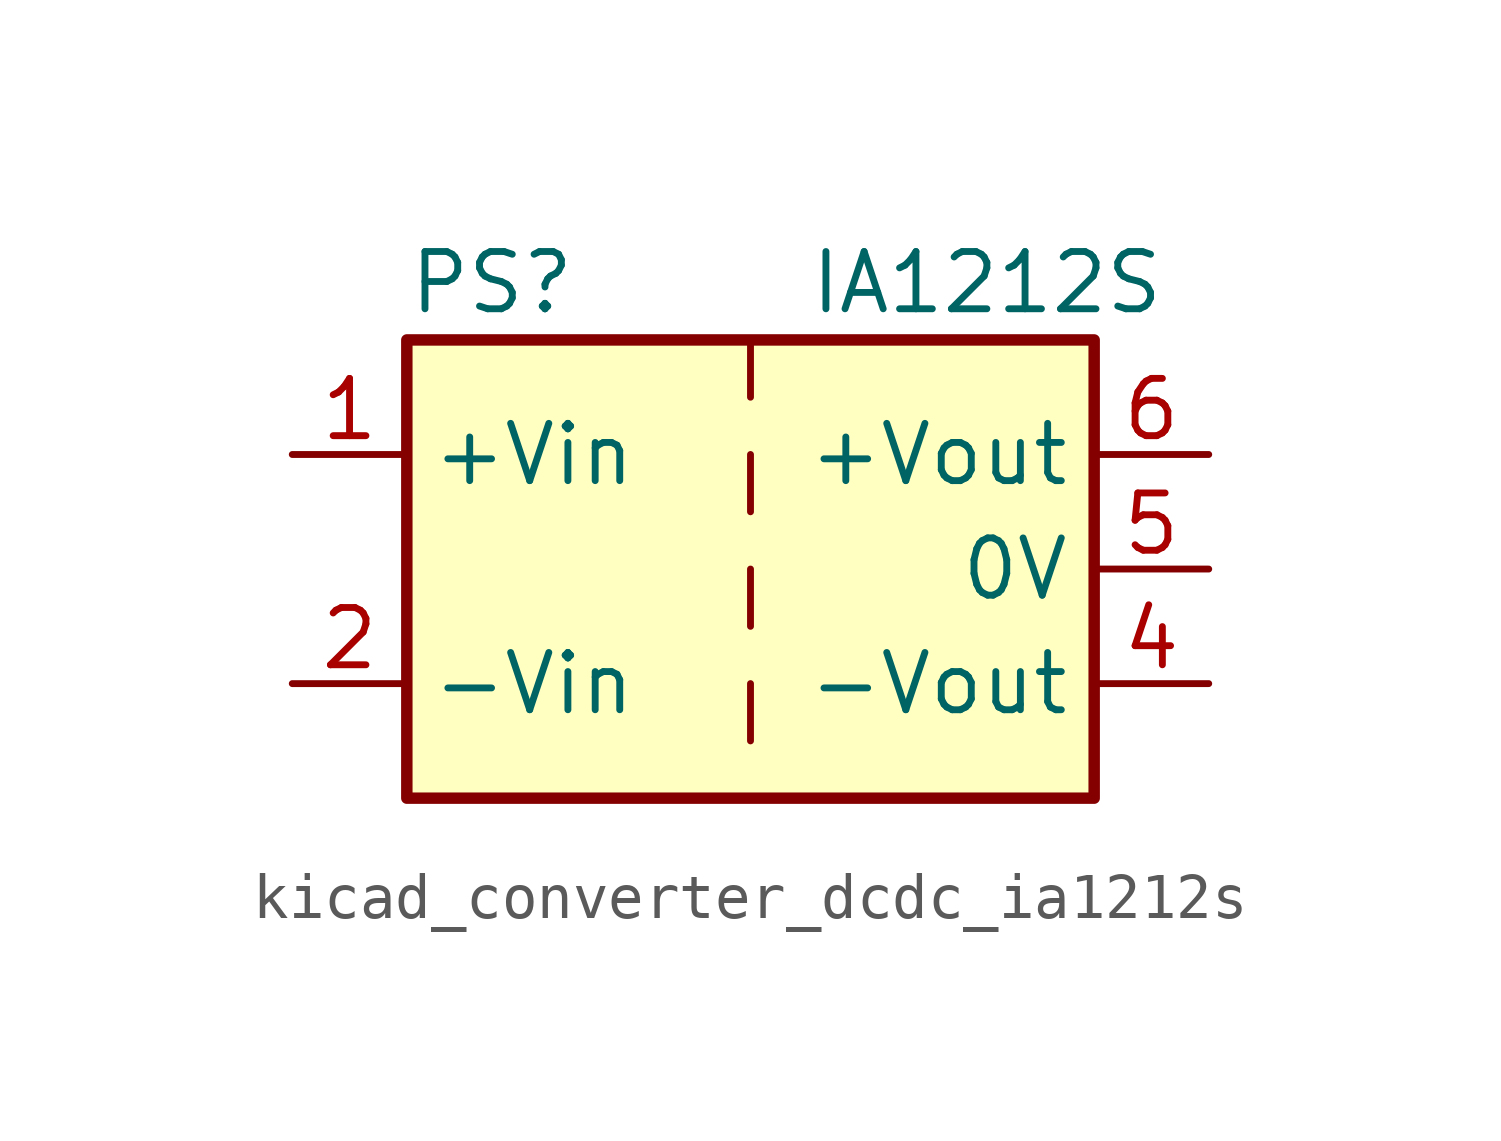
<source format=kicad_sym>
(kicad_symbol_lib
  (version 20220914)
  (generator kicad_symbol_editor)
  (symbol "kicad_converter_dcdc_ia1212s"
    (property "Reference" "PS"
      (at -7.62 6.35 0)
      (effects (font (size 1.27 1.27)) (justify left)))
    (property "Value" "IA1212S"
      (at 1.27 6.35 0)
      (effects (font (size 1.27 1.27)) (justify left)))
    (symbol "kicad_converter_dcdc_ia1212s_0_0"
      (pin power_in line (at -10.16 2.54 0) (length 2.54) (name "+Vin" (effects (font (size 1.27 1.27)))) (number "1" (effects (font (size 1.27 1.27)))))
      (pin power_in line (at -10.16 -2.54 0) (length 2.54) (name "-Vin" (effects (font (size 1.27 1.27)))) (number "2" (effects (font (size 1.27 1.27)))))
      (pin power_out line (at 10.16 -2.54 180) (length 2.54) (name "-Vout" (effects (font (size 1.27 1.27)))) (number "4" (effects (font (size 1.27 1.27)))))
      (pin power_out line (at 10.16 0 180) (length 2.54) (name "0V" (effects (font (size 1.27 1.27)))) (number "5" (effects (font (size 1.27 1.27)))))
      (pin power_out line (at 10.16 2.54 180) (length 2.54) (name "+Vout" (effects (font (size 1.27 1.27)))) (number "6" (effects (font (size 1.27 1.27))))))
    (symbol "kicad_converter_dcdc_ia1212s_0_1"
      (rectangle (start -7.62 5.08) (end 7.62 -5.08) (stroke (width 0.254) (type default)) (fill (type background)))
      (polyline (pts (xy 0 -2.54) (xy 0 -3.81)) (stroke (width 0) (type default)) (fill (type none)))
      (polyline (pts (xy 0 0) (xy 0 -1.27)) (stroke (width 0) (type default)) (fill (type none)))
      (polyline (pts (xy 0 2.54) (xy 0 1.27)) (stroke (width 0) (type default)) (fill (type none)))
      (polyline (pts (xy 0 5.08) (xy 0 3.81)) (stroke (width 0) (type default)) (fill (type none))))))
</source>
